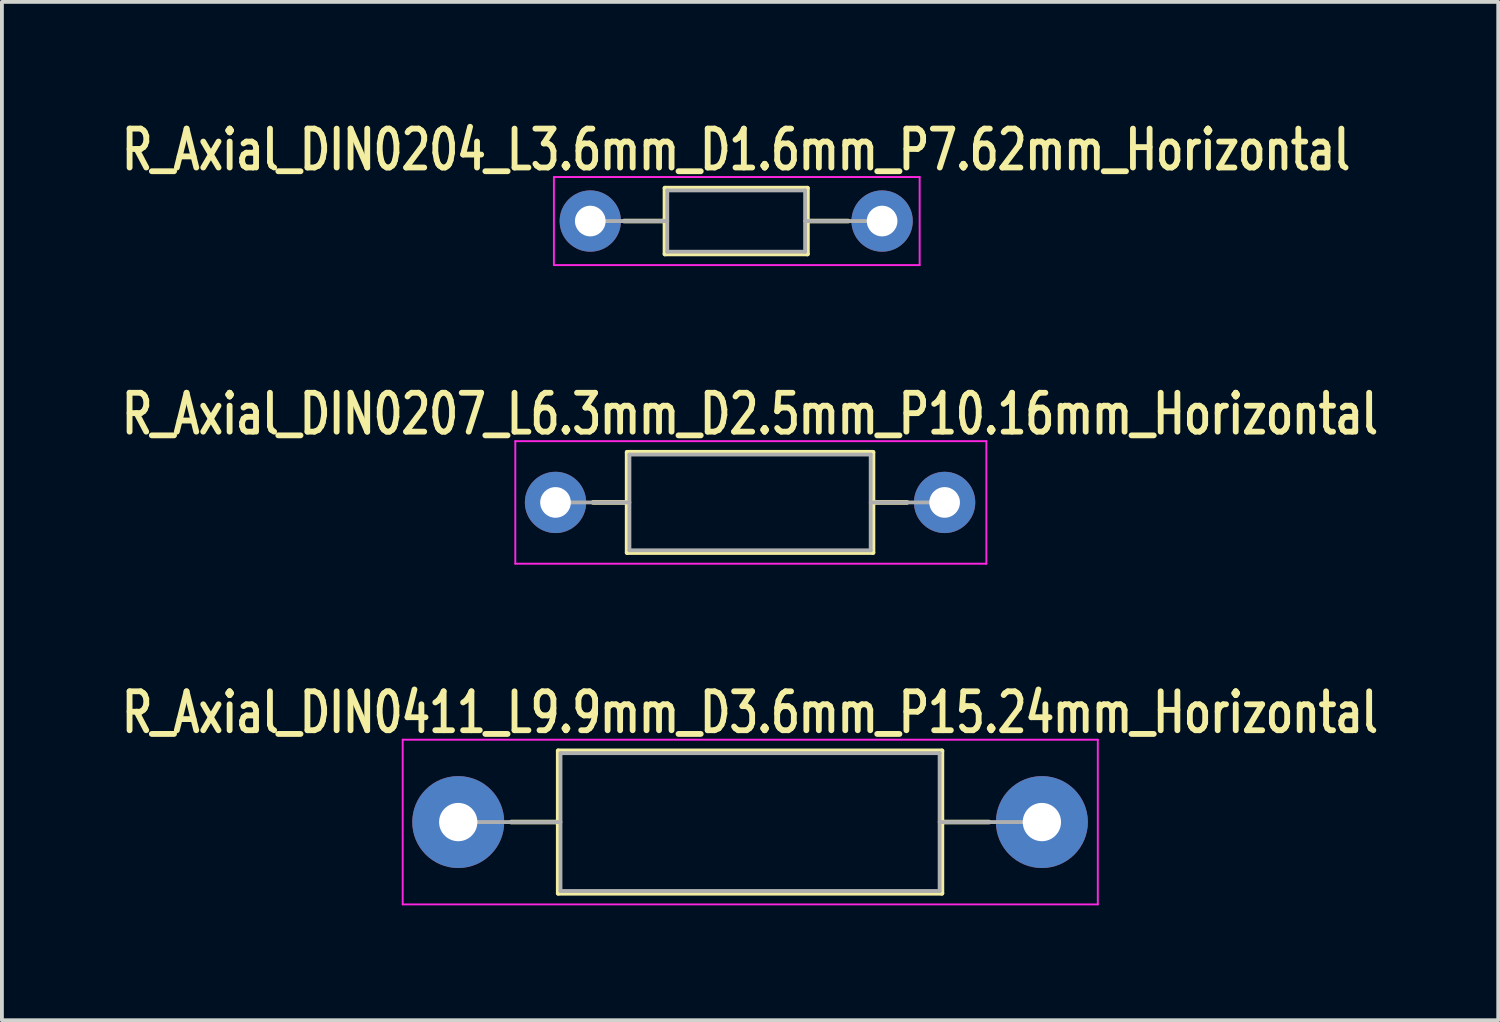
<source format=kicad_pcb>
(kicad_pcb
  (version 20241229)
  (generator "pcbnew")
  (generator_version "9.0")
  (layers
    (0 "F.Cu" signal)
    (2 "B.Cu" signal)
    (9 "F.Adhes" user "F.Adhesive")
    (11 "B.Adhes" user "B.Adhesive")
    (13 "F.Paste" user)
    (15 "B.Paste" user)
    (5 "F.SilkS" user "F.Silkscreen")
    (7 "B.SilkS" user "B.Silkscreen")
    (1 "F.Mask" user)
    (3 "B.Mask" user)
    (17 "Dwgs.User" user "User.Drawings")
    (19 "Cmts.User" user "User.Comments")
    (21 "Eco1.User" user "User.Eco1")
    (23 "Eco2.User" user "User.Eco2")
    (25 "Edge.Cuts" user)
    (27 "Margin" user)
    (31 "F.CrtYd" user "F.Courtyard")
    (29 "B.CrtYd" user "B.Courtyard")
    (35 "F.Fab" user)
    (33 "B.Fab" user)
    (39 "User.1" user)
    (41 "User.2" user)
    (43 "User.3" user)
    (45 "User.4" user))
  (footprint "R_Axial_DIN0411_L9.9mm_D3.6mm_P15.24mm_Horizontal"
    (layer "F.Cu")
    (at 8.915 18.415)
    (property "Reference" "R_Axial_DIN0411_L9.9mm_D3.6mm_P15.24mm_Horizontal" (at 7.62 -2.86 0) (layer "F.SilkS") (effects (font (size 1.016 0.762) (thickness 0.152))))
    (attr through_hole)
    (fp_line (start 1.38 0) (end 2.61 0) (stroke (width 0.12) (type solid)) (layer "F.SilkS"))
    (fp_line (start 2.61 -1.86) (end 2.61 1.86) (stroke (width 0.12) (type solid)) (layer "F.SilkS"))
    (fp_line (start 2.61 1.86) (end 12.63 1.86) (stroke (width 0.12) (type solid)) (layer "F.SilkS"))
    (fp_line (start 12.63 -1.86) (end 2.61 -1.86) (stroke (width 0.12) (type solid)) (layer "F.SilkS"))
    (fp_line (start 12.63 1.86) (end 12.63 -1.86) (stroke (width 0.12) (type solid)) (layer "F.SilkS"))
    (fp_line (start 13.86 0) (end 12.63 0) (stroke (width 0.12) (type solid)) (layer "F.SilkS"))
    (fp_line (start -1.45 -2.15) (end -1.45 2.15) (stroke (width 0.05) (type solid)) (layer "F.CrtYd"))
    (fp_line (start -1.45 2.15) (end 16.7 2.15) (stroke (width 0.05) (type solid)) (layer "F.CrtYd"))
    (fp_line (start 16.7 -2.15) (end -1.45 -2.15) (stroke (width 0.05) (type solid)) (layer "F.CrtYd"))
    (fp_line (start 16.7 2.15) (end 16.7 -2.15) (stroke (width 0.05) (type solid)) (layer "F.CrtYd"))
    (fp_line (start 0 0) (end 2.67 0) (stroke (width 0.1) (type solid)) (layer "F.Fab"))
    (fp_line (start 2.67 -1.8) (end 2.67 1.8) (stroke (width 0.1) (type solid)) (layer "F.Fab"))
    (fp_line (start 2.67 1.8) (end 12.57 1.8) (stroke (width 0.1) (type solid)) (layer "F.Fab"))
    (fp_line (start 12.57 -1.8) (end 2.67 -1.8) (stroke (width 0.1) (type solid)) (layer "F.Fab"))
    (fp_line (start 12.57 1.8) (end 12.57 -1.8) (stroke (width 0.1) (type solid)) (layer "F.Fab"))
    (fp_line (start 15.24 0) (end 12.57 0) (stroke (width 0.1) (type solid)) (layer "F.Fab"))
    (pad "1" thru_hole circle (at 0 0) (size 2.4 2.4) (drill 1) (layers "*.Cu" "*.Mask"))
    (pad "2" thru_hole oval (at 15.24 0) (size 2.4 2.4) (drill 1) (layers "*.Cu" "*.Mask")))
  (footprint "R_Axial_DIN0204_L3.6mm_D1.6mm_P7.62mm_Horizontal"
    (layer "F.Cu")
    (at 12.363 2.722)
    (property "Reference" "R_Axial_DIN0204_L3.6mm_D1.6mm_P7.62mm_Horizontal" (at 3.81 -1.86 0) (layer "F.SilkS") (effects (font (size 1.016 0.762) (thickness 0.152))))
    (attr through_hole)
    (fp_line (start 0.88 0) (end 1.95 0) (stroke (width 0.12) (type solid)) (layer "F.SilkS"))
    (fp_line (start 1.95 -0.86) (end 1.95 0.86) (stroke (width 0.12) (type solid)) (layer "F.SilkS"))
    (fp_line (start 1.95 0.86) (end 5.67 0.86) (stroke (width 0.12) (type solid)) (layer "F.SilkS"))
    (fp_line (start 5.67 -0.86) (end 1.95 -0.86) (stroke (width 0.12) (type solid)) (layer "F.SilkS"))
    (fp_line (start 5.67 0.86) (end 5.67 -0.86) (stroke (width 0.12) (type solid)) (layer "F.SilkS"))
    (fp_line (start 6.74 0) (end 5.67 0) (stroke (width 0.12) (type solid)) (layer "F.SilkS"))
    (fp_line (start -0.95 -1.15) (end -0.95 1.15) (stroke (width 0.05) (type solid)) (layer "F.CrtYd"))
    (fp_line (start -0.95 1.15) (end 8.6 1.15) (stroke (width 0.05) (type solid)) (layer "F.CrtYd"))
    (fp_line (start 8.6 -1.15) (end -0.95 -1.15) (stroke (width 0.05) (type solid)) (layer "F.CrtYd"))
    (fp_line (start 8.6 1.15) (end 8.6 -1.15) (stroke (width 0.05) (type solid)) (layer "F.CrtYd"))
    (fp_line (start 0 0) (end 2.01 0) (stroke (width 0.1) (type solid)) (layer "F.Fab"))
    (fp_line (start 2.01 -0.8) (end 2.01 0.8) (stroke (width 0.1) (type solid)) (layer "F.Fab"))
    (fp_line (start 2.01 0.8) (end 5.61 0.8) (stroke (width 0.1) (type solid)) (layer "F.Fab"))
    (fp_line (start 5.61 -0.8) (end 2.01 -0.8) (stroke (width 0.1) (type solid)) (layer "F.Fab"))
    (fp_line (start 5.61 0.8) (end 5.61 -0.8) (stroke (width 0.1) (type solid)) (layer "F.Fab"))
    (fp_line (start 7.62 0) (end 5.61 0) (stroke (width 0.1) (type solid)) (layer "F.Fab"))
    (pad "1" thru_hole circle (at 0 0) (size 1.6 1.6) (drill 0.8) (layers "*.Cu" "*.Mask"))
    (pad "2" thru_hole circle (at 7.62 0) (size 1.6 1.6) (drill 0.8) (layers "*.Cu" "*.Mask")))
  (footprint "R_Axial_DIN0207_L6.3mm_D2.5mm_P10.16mm_Horizontal"
    (layer "F.Cu")
    (at 11.455 10.069)
    (property "Reference" "R_Axial_DIN0207_L6.3mm_D2.5mm_P10.16mm_Horizontal" (at 5.08 -2.31 0) (layer "F.SilkS") (effects (font (size 1.016 0.762) (thickness 0.152))))
    (attr through_hole)
    (fp_line (start 0.98 0) (end 1.87 0) (stroke (width 0.12) (type solid)) (layer "F.SilkS"))
    (fp_line (start 1.87 -1.31) (end 1.87 1.31) (stroke (width 0.12) (type solid)) (layer "F.SilkS"))
    (fp_line (start 1.87 1.31) (end 8.29 1.31) (stroke (width 0.12) (type solid)) (layer "F.SilkS"))
    (fp_line (start 8.29 -1.31) (end 1.87 -1.31) (stroke (width 0.12) (type solid)) (layer "F.SilkS"))
    (fp_line (start 8.29 1.31) (end 8.29 -1.31) (stroke (width 0.12) (type solid)) (layer "F.SilkS"))
    (fp_line (start 9.18 0) (end 8.29 0) (stroke (width 0.12) (type solid)) (layer "F.SilkS"))
    (fp_line (start -1.05 -1.6) (end -1.05 1.6) (stroke (width 0.05) (type solid)) (layer "F.CrtYd"))
    (fp_line (start -1.05 1.6) (end 11.25 1.6) (stroke (width 0.05) (type solid)) (layer "F.CrtYd"))
    (fp_line (start 11.25 -1.6) (end -1.05 -1.6) (stroke (width 0.05) (type solid)) (layer "F.CrtYd"))
    (fp_line (start 11.25 1.6) (end 11.25 -1.6) (stroke (width 0.05) (type solid)) (layer "F.CrtYd"))
    (fp_line (start 0 0) (end 1.93 0) (stroke (width 0.1) (type solid)) (layer "F.Fab"))
    (fp_line (start 1.93 -1.25) (end 1.93 1.25) (stroke (width 0.1) (type solid)) (layer "F.Fab"))
    (fp_line (start 1.93 1.25) (end 8.23 1.25) (stroke (width 0.1) (type solid)) (layer "F.Fab"))
    (fp_line (start 8.23 -1.25) (end 1.93 -1.25) (stroke (width 0.1) (type solid)) (layer "F.Fab"))
    (fp_line (start 8.23 1.25) (end 8.23 -1.25) (stroke (width 0.1) (type solid)) (layer "F.Fab"))
    (fp_line (start 10.16 0) (end 8.23 0) (stroke (width 0.1) (type solid)) (layer "F.Fab"))
    (pad "1" thru_hole circle (at 0 0) (size 1.6 1.6) (drill 0.8) (layers "*.Cu" "*.Mask"))
    (pad "2" thru_hole oval (at 10.16 0) (size 1.6 1.6) (drill 0.8) (layers "*.Cu" "*.Mask")))
  (gr_rect
    (start -3 -3)
    (end 36.071 23.59)
    (stroke (width 0.1) (type default))
    (fill no)
    (layer "Edge.Cuts")))
</source>
